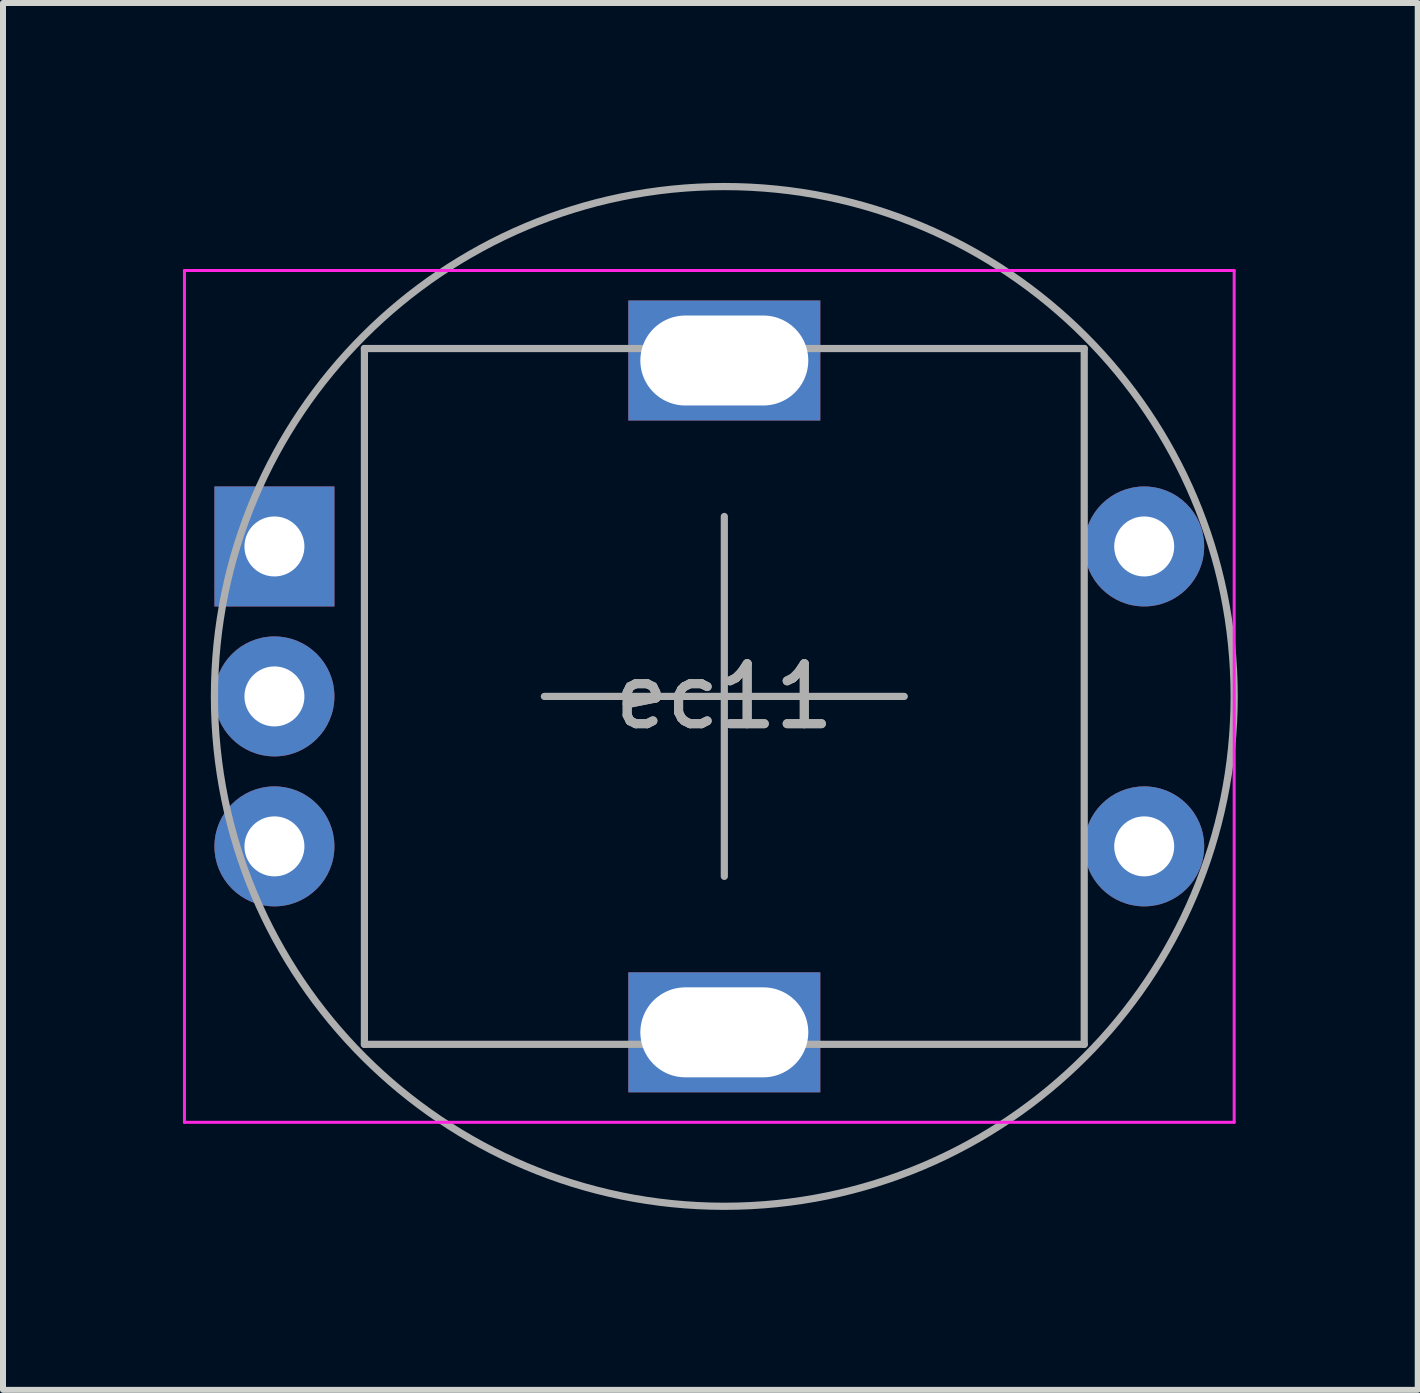
<source format=kicad_pcb>
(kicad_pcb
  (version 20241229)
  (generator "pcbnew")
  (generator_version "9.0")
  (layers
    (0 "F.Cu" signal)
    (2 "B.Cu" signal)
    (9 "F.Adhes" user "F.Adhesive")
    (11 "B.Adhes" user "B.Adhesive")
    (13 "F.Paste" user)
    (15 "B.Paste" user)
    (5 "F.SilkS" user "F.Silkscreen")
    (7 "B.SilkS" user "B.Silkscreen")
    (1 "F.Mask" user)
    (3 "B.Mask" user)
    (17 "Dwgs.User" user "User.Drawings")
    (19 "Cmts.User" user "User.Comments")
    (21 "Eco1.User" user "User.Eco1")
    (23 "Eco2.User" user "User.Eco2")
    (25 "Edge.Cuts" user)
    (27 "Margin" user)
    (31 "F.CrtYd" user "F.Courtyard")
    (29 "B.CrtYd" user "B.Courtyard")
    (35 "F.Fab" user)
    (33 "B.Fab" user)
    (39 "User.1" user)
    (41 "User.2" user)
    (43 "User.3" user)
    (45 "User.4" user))
  (footprint "ec11"
    (layer "F.Cu")
    (at 9.025 8.56)
    (property "Reference" "ec11" (at 0 0 0) (layer "F.Fab") (effects (font (size 1 1) (thickness 0.15))))
    (attr through_hole)
    (fp_line (start -9 -7.1) (end -9 7.1) (stroke (width 0.05) (type solid)) (layer "F.CrtYd"))
    (fp_line (start -9 -7.1) (end 8.5 -7.1) (stroke (width 0.05) (type solid)) (layer "F.CrtYd"))
    (fp_line (start 8.5 7.1) (end -9 7.1) (stroke (width 0.05) (type solid)) (layer "F.CrtYd"))
    (fp_line (start 8.5 7.1) (end 8.5 -7.1) (stroke (width 0.05) (type solid)) (layer "F.CrtYd"))
    (fp_line (start -6 -5.8) (end 6 -5.8) (stroke (width 0.12) (type solid)) (layer "F.Fab"))
    (fp_line (start -6 5.8) (end -6 -5.8) (stroke (width 0.12) (type solid)) (layer "F.Fab"))
    (fp_line (start -3 0) (end 3 0) (stroke (width 0.12) (type solid)) (layer "F.Fab"))
    (fp_line (start 0 -3) (end 0 3) (stroke (width 0.12) (type solid)) (layer "F.Fab"))
    (fp_line (start 6 -5.8) (end 6 5.8) (stroke (width 0.12) (type solid)) (layer "F.Fab"))
    (fp_line (start 6 5.8) (end -6 5.8) (stroke (width 0.12) (type solid)) (layer "F.Fab"))
    (fp_circle (center 0 0) (end 8.5 0) (stroke (width 0.12) (type solid)) (fill no) (layer "F.Fab"))
    (fp_text user "${REFERENCE}" (at 0 0 0) (layer "F.Fab") (effects (font (size 1 1) (thickness 0.15))))
    (pad "A" thru_hole rect (at -7.5 -2.5) (size 2 2) (drill 1) (layers "*.Cu" "*.Mask"))
    (pad "B" thru_hole circle (at -7.5 2.5) (size 2 2) (drill 1) (layers "*.Cu" "*.Mask"))
    (pad "C" thru_hole circle (at -7.5 0) (size 2 2) (drill 1) (layers "*.Cu" "*.Mask"))
    (pad "MP" thru_hole rect (at 0 -5.6) (size 3.2 2) (drill oval 2.8 1.5) (layers "*.Cu" "*.Mask"))
    (pad "MP" thru_hole rect (at 0 5.6) (size 3.2 2) (drill oval 2.8 1.5) (layers "*.Cu" "*.Mask"))
    (pad "S1" thru_hole circle (at 7 2.5) (size 2 2) (drill 1) (layers "*.Cu" "*.Mask"))
    (pad "S2" thru_hole circle (at 7 -2.5) (size 2 2) (drill 1) (layers "*.Cu" "*.Mask")))
  (gr_rect
    (start -3 -3)
    (end 20.585 20.12)
    (stroke (width 0.1) (type default))
    (fill no)
    (layer "Edge.Cuts")))
</source>
